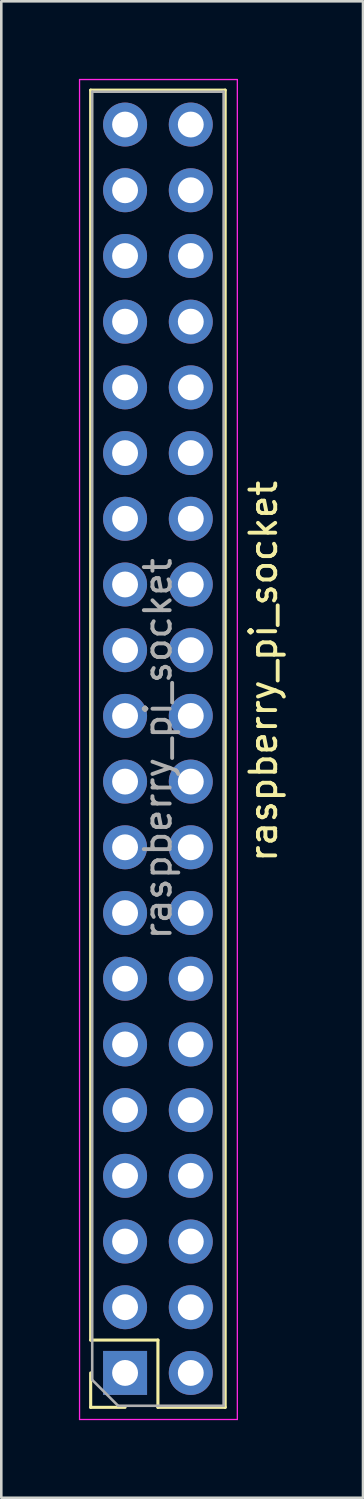
<source format=kicad_pcb>
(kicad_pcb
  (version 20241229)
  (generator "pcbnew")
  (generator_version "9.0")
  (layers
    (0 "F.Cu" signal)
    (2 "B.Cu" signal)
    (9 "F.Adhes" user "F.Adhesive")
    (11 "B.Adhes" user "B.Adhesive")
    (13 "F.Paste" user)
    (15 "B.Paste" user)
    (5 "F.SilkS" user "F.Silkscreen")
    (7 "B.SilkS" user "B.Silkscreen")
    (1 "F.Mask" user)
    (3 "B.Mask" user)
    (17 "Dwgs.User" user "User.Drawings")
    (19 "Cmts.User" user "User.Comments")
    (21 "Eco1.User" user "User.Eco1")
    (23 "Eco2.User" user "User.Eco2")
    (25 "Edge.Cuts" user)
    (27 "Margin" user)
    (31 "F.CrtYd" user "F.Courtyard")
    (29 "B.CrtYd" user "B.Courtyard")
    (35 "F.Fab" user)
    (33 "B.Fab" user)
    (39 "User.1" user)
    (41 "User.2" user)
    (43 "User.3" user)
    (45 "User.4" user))
  (footprint "raspberry_pi_socket"
    (layer "F.Cu")
    (at 3.335 22.9)
    (property "Reference" "raspberry_pi_socket" (at 3.8 0 270) (layer "F.SilkS") (effects (font (size 1 1) (thickness 0.15))))
    (attr through_hole)
    (fp_line (start -2.88 25.855) (end -2.88 -22.465) (stroke (width 0.12) (type solid)) (layer "F.SilkS"))
    (fp_line (start -2.88 28.455) (end -2.88 27.125) (stroke (width 0.12) (type solid)) (layer "F.SilkS"))
    (fp_line (start -1.55 28.455) (end -2.88 28.455) (stroke (width 0.12) (type solid)) (layer "F.SilkS"))
    (fp_line (start -0.28 25.855) (end -2.88 25.855) (stroke (width 0.12) (type solid)) (layer "F.SilkS"))
    (fp_line (start -0.28 28.455) (end -0.28 25.855) (stroke (width 0.12) (type solid)) (layer "F.SilkS"))
    (fp_line (start 2.32 -22.465) (end -2.88 -22.465) (stroke (width 0.12) (type solid)) (layer "F.SilkS"))
    (fp_line (start 2.32 28.455) (end -0.28 28.455) (stroke (width 0.12) (type solid)) (layer "F.SilkS"))
    (fp_line (start 2.32 28.455) (end 2.32 -22.465) (stroke (width 0.12) (type solid)) (layer "F.SilkS"))
    (fp_line (start -3.31 -22.875) (end 2.79 -22.875) (stroke (width 0.05) (type solid)) (layer "F.CrtYd"))
    (fp_line (start -3.31 28.925) (end -3.31 -22.875) (stroke (width 0.05) (type solid)) (layer "F.CrtYd"))
    (fp_line (start 2.79 -22.875) (end 2.79 28.925) (stroke (width 0.05) (type solid)) (layer "F.CrtYd"))
    (fp_line (start 2.79 28.925) (end -3.31 28.925) (stroke (width 0.05) (type solid)) (layer "F.CrtYd"))
    (fp_line (start -2.82 -22.405) (end 2.26 -22.405) (stroke (width 0.1) (type solid)) (layer "F.Fab"))
    (fp_line (start -2.82 27.395) (end -2.82 -22.405) (stroke (width 0.1) (type solid)) (layer "F.Fab"))
    (fp_line (start -1.82 28.395) (end -2.82 27.395) (stroke (width 0.1) (type solid)) (layer "F.Fab"))
    (fp_line (start 2.26 -22.405) (end 2.26 28.395) (stroke (width 0.1) (type solid)) (layer "F.Fab"))
    (fp_line (start 2.26 28.395) (end -1.82 28.395) (stroke (width 0.1) (type solid)) (layer "F.Fab"))
    (fp_text user "${REFERENCE}" (at -0.28 2.995 270) (layer "F.Fab") (effects (font (size 1 1) (thickness 0.15))))
    (pad "1" thru_hole rect (at -1.55 27.125 180) (size 1.7 1.7) (drill 1) (layers "*.Cu" "*.Mask"))
    (pad "2" thru_hole oval (at 0.99 27.125 180) (size 1.7 1.7) (drill 1) (layers "*.Cu" "*.Mask"))
    (pad "3" thru_hole oval (at -1.55 24.585 180) (size 1.7 1.7) (drill 1) (layers "*.Cu" "*.Mask"))
    (pad "4" thru_hole oval (at 0.99 24.585 180) (size 1.7 1.7) (drill 1) (layers "*.Cu" "*.Mask"))
    (pad "5" thru_hole oval (at -1.55 22.045 180) (size 1.7 1.7) (drill 1) (layers "*.Cu" "*.Mask"))
    (pad "6" thru_hole oval (at 0.99 22.045 180) (size 1.7 1.7) (drill 1) (layers "*.Cu" "*.Mask"))
    (pad "7" thru_hole oval (at -1.55 19.505 180) (size 1.7 1.7) (drill 1) (layers "*.Cu" "*.Mask"))
    (pad "8" thru_hole oval (at 0.99 19.505 180) (size 1.7 1.7) (drill 1) (layers "*.Cu" "*.Mask"))
    (pad "9" thru_hole oval (at -1.55 16.965 180) (size 1.7 1.7) (drill 1) (layers "*.Cu" "*.Mask"))
    (pad "10" thru_hole oval (at 0.99 16.965 180) (size 1.7 1.7) (drill 1) (layers "*.Cu" "*.Mask"))
    (pad "11" thru_hole oval (at -1.55 14.425 180) (size 1.7 1.7) (drill 1) (layers "*.Cu" "*.Mask"))
    (pad "12" thru_hole oval (at 0.99 14.425 180) (size 1.7 1.7) (drill 1) (layers "*.Cu" "*.Mask"))
    (pad "13" thru_hole oval (at -1.55 11.885 180) (size 1.7 1.7) (drill 1) (layers "*.Cu" "*.Mask"))
    (pad "14" thru_hole oval (at 0.99 11.885 180) (size 1.7 1.7) (drill 1) (layers "*.Cu" "*.Mask"))
    (pad "15" thru_hole oval (at -1.55 9.345 180) (size 1.7 1.7) (drill 1) (layers "*.Cu" "*.Mask"))
    (pad "16" thru_hole oval (at 0.99 9.345 180) (size 1.7 1.7) (drill 1) (layers "*.Cu" "*.Mask"))
    (pad "17" thru_hole oval (at -1.55 6.805 180) (size 1.7 1.7) (drill 1) (layers "*.Cu" "*.Mask"))
    (pad "18" thru_hole oval (at 0.99 6.805 180) (size 1.7 1.7) (drill 1) (layers "*.Cu" "*.Mask"))
    (pad "19" thru_hole oval (at -1.55 4.265 180) (size 1.7 1.7) (drill 1) (layers "*.Cu" "*.Mask"))
    (pad "20" thru_hole oval (at 0.99 4.265 180) (size 1.7 1.7) (drill 1) (layers "*.Cu" "*.Mask"))
    (pad "21" thru_hole oval (at -1.55 1.725 180) (size 1.7 1.7) (drill 1) (layers "*.Cu" "*.Mask"))
    (pad "22" thru_hole oval (at 0.99 1.725 180) (size 1.7 1.7) (drill 1) (layers "*.Cu" "*.Mask"))
    (pad "23" thru_hole oval (at -1.55 -0.815 180) (size 1.7 1.7) (drill 1) (layers "*.Cu" "*.Mask"))
    (pad "24" thru_hole oval (at 0.99 -0.815 180) (size 1.7 1.7) (drill 1) (layers "*.Cu" "*.Mask"))
    (pad "25" thru_hole oval (at -1.55 -3.355 180) (size 1.7 1.7) (drill 1) (layers "*.Cu" "*.Mask"))
    (pad "26" thru_hole oval (at 0.99 -3.355 180) (size 1.7 1.7) (drill 1) (layers "*.Cu" "*.Mask"))
    (pad "27" thru_hole oval (at -1.55 -5.895 180) (size 1.7 1.7) (drill 1) (layers "*.Cu" "*.Mask"))
    (pad "28" thru_hole oval (at 0.99 -5.895 180) (size 1.7 1.7) (drill 1) (layers "*.Cu" "*.Mask"))
    (pad "29" thru_hole oval (at -1.55 -8.435 180) (size 1.7 1.7) (drill 1) (layers "*.Cu" "*.Mask"))
    (pad "30" thru_hole oval (at 0.99 -8.435 180) (size 1.7 1.7) (drill 1) (layers "*.Cu" "*.Mask"))
    (pad "31" thru_hole oval (at -1.55 -10.975 180) (size 1.7 1.7) (drill 1) (layers "*.Cu" "*.Mask"))
    (pad "32" thru_hole oval (at 0.99 -10.975 180) (size 1.7 1.7) (drill 1) (layers "*.Cu" "*.Mask"))
    (pad "33" thru_hole oval (at -1.55 -13.515 180) (size 1.7 1.7) (drill 1) (layers "*.Cu" "*.Mask"))
    (pad "34" thru_hole oval (at 0.99 -13.515 180) (size 1.7 1.7) (drill 1) (layers "*.Cu" "*.Mask"))
    (pad "35" thru_hole oval (at -1.55 -16.055 180) (size 1.7 1.7) (drill 1) (layers "*.Cu" "*.Mask"))
    (pad "36" thru_hole oval (at 0.99 -16.055 180) (size 1.7 1.7) (drill 1) (layers "*.Cu" "*.Mask"))
    (pad "37" thru_hole oval (at -1.55 -18.595 180) (size 1.7 1.7) (drill 1) (layers "*.Cu" "*.Mask"))
    (pad "38" thru_hole oval (at 0.99 -18.595 180) (size 1.7 1.7) (drill 1) (layers "*.Cu" "*.Mask"))
    (pad "39" thru_hole oval (at -1.55 -21.135 180) (size 1.7 1.7) (drill 1) (layers "*.Cu" "*.Mask"))
    (pad "40" thru_hole oval (at 0.99 -21.135 180) (size 1.7 1.7) (drill 1) (layers "*.Cu" "*.Mask")))
  (gr_rect
    (start -3 -3)
    (end 10.983 54.85)
    (stroke (width 0.1) (type default))
    (fill no)
    (layer "Edge.Cuts")))
</source>
